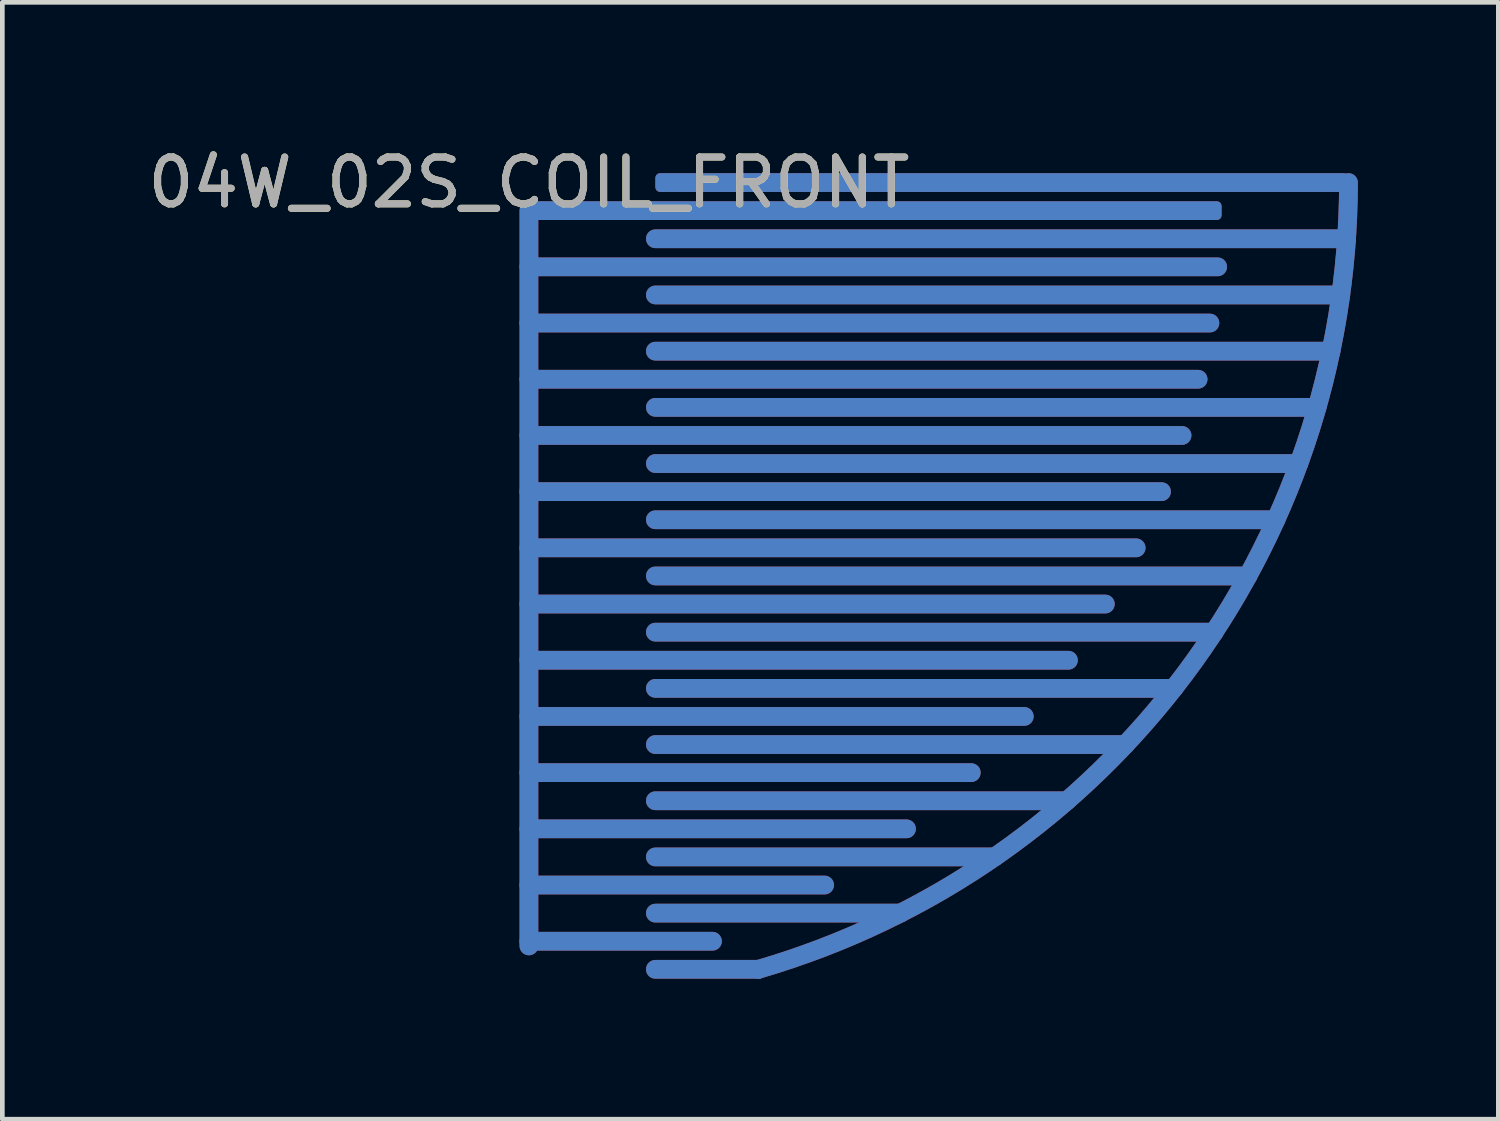
<source format=kicad_pcb>
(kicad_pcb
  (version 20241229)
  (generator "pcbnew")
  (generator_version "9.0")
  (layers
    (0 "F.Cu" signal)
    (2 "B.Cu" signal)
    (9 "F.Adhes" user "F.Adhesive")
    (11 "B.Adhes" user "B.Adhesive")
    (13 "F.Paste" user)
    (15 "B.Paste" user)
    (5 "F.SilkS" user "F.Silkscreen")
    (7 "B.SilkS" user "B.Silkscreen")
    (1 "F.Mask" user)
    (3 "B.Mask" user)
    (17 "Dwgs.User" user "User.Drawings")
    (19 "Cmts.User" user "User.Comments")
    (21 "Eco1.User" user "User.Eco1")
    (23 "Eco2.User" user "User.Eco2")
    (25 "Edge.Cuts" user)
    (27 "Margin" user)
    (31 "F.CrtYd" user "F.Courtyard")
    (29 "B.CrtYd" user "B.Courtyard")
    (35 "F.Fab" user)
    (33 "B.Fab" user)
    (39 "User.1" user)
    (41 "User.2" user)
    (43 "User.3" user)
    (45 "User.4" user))
  (footprint "04W_02S_COIL_FRONT"
    (layer "F.Cu")
    (at 8.244 0.848)
    (property "Reference" "04W_02S_COIL_FRONT" (at 0 0 0) (unlocked yes) (layer "F.SilkS") (effects (font (size 1 1) (thickness 0.15))))
    (attr smd exclude_from_pos_files exclude_from_bom allow_missing_courtyard)
    (fp_line (start 0 0.6) (end 0 16.3) (stroke (width 0.4) (type default)) (layer "F.Cu"))
    (fp_line (start 0 1.8) (end 14.707 1.8) (stroke (width 0.4) (type default)) (layer "F.Cu"))
    (fp_line (start 0 3) (end 14.541 3) (stroke (width 0.4) (type default)) (layer "F.Cu"))
    (fp_line (start 0 4.2) (end 14.289 4.2) (stroke (width 0.4) (type default)) (layer "F.Cu"))
    (fp_line (start 0 5.4) (end 13.946 5.4) (stroke (width 0.4) (type default)) (layer "F.Cu"))
    (fp_line (start 0 6.6) (end 13.508 6.6) (stroke (width 0.4) (type default)) (layer "F.Cu"))
    (fp_line (start 0 7.8) (end 12.966 7.8) (stroke (width 0.4) (type default)) (layer "F.Cu"))
    (fp_line (start 0 9) (end 12.308 9) (stroke (width 0.4) (type default)) (layer "F.Cu"))
    (fp_line (start 0 10.2) (end 11.52 10.2) (stroke (width 0.4) (type default)) (layer "F.Cu"))
    (fp_line (start 0 11.4) (end 10.577 11.4) (stroke (width 0.4) (type default)) (layer "F.Cu"))
    (fp_line (start 0 12.6) (end 9.445 12.6) (stroke (width 0.4) (type default)) (layer "F.Cu"))
    (fp_line (start 0 13.8) (end 8.062 13.8) (stroke (width 0.4) (type default)) (layer "F.Cu"))
    (fp_line (start 0 15) (end 6.314 15) (stroke (width 0.4) (type default)) (layer "F.Cu"))
    (fp_line (start 0 16.2) (end 3.919 16.2) (stroke (width 0.4) (type default)) (layer "F.Cu"))
    (fp_line (start 2.7 1.2) (end 17.459 1.2) (stroke (width 0.4) (type default)) (layer "F.Cu"))
    (fp_line (start 2.7 2.4) (end 17.335 2.4) (stroke (width 0.4) (type default)) (layer "F.Cu"))
    (fp_line (start 2.7 3.6) (end 17.126 3.6) (stroke (width 0.4) (type default)) (layer "F.Cu"))
    (fp_line (start 2.7 4.8) (end 16.829 4.8) (stroke (width 0.4) (type default)) (layer "F.Cu"))
    (fp_line (start 2.7 6) (end 16.439 6) (stroke (width 0.4) (type default)) (layer "F.Cu"))
    (fp_line (start 2.7 7.2) (end 15.95 7.2) (stroke (width 0.4) (type default)) (layer "F.Cu"))
    (fp_line (start 2.7 8.4) (end 15.352 8.4) (stroke (width 0.4) (type default)) (layer "F.Cu"))
    (fp_line (start 2.7 9.6) (end 14.632 9.6) (stroke (width 0.4) (type default)) (layer "F.Cu"))
    (fp_line (start 2.7 10.8) (end 13.77 10.8) (stroke (width 0.4) (type default)) (layer "F.Cu"))
    (fp_line (start 2.7 12) (end 12.738 12) (stroke (width 0.4) (type default)) (layer "F.Cu"))
    (fp_line (start 2.7 13.2) (end 11.49 13.2) (stroke (width 0.4) (type default)) (layer "F.Cu"))
    (fp_line (start 2.7 14.4) (end 9.944 14.4) (stroke (width 0.4) (type default)) (layer "F.Cu"))
    (fp_line (start 2.7 15.6) (end 7.93 15.6) (stroke (width 0.4) (type default)) (layer "F.Cu"))
    (fp_line (start 2.7 16.8) (end 4.9 16.8) (stroke (width 0.4) (type default)) (layer "F.Cu"))
    (fp_arc (start 17.5 0) (mid 12.374 12.374) (end 4.9 16.8) (stroke (width 0.4) (type default)) (layer "F.Cu"))
    (fp_line (start 0 0.6) (end 0 16.3) (stroke (width 0.4) (type default)) (layer "B.Cu"))
    (fp_line (start 0 1.8) (end 14.707 1.8) (stroke (width 0.4) (type default)) (layer "B.Cu"))
    (fp_line (start 0 3) (end 14.541 3) (stroke (width 0.4) (type default)) (layer "B.Cu"))
    (fp_line (start 0 4.2) (end 14.289 4.2) (stroke (width 0.4) (type default)) (layer "B.Cu"))
    (fp_line (start 0 5.4) (end 13.946 5.4) (stroke (width 0.4) (type default)) (layer "B.Cu"))
    (fp_line (start 0 6.6) (end 13.508 6.6) (stroke (width 0.4) (type default)) (layer "B.Cu"))
    (fp_line (start 0 7.8) (end 12.966 7.8) (stroke (width 0.4) (type default)) (layer "B.Cu"))
    (fp_line (start 0 9) (end 12.308 9) (stroke (width 0.4) (type default)) (layer "B.Cu"))
    (fp_line (start 0 10.2) (end 11.52 10.2) (stroke (width 0.4) (type default)) (layer "B.Cu"))
    (fp_line (start 0 11.4) (end 10.577 11.4) (stroke (width 0.4) (type default)) (layer "B.Cu"))
    (fp_line (start 0 12.6) (end 9.445 12.6) (stroke (width 0.4) (type default)) (layer "B.Cu"))
    (fp_line (start 0 13.8) (end 8.062 13.8) (stroke (width 0.4) (type default)) (layer "B.Cu"))
    (fp_line (start 0 15) (end 6.314 15) (stroke (width 0.4) (type default)) (layer "B.Cu"))
    (fp_line (start 0 16.2) (end 3.919 16.2) (stroke (width 0.4) (type default)) (layer "B.Cu"))
    (fp_line (start 2.7 1.2) (end 17.459 1.2) (stroke (width 0.4) (type default)) (layer "B.Cu"))
    (fp_line (start 2.7 2.4) (end 17.335 2.4) (stroke (width 0.4) (type default)) (layer "B.Cu"))
    (fp_line (start 2.7 3.6) (end 17.126 3.6) (stroke (width 0.4) (type default)) (layer "B.Cu"))
    (fp_line (start 2.7 4.8) (end 16.829 4.8) (stroke (width 0.4) (type default)) (layer "B.Cu"))
    (fp_line (start 2.7 6) (end 16.439 6) (stroke (width 0.4) (type default)) (layer "B.Cu"))
    (fp_line (start 2.7 7.2) (end 15.95 7.2) (stroke (width 0.4) (type default)) (layer "B.Cu"))
    (fp_line (start 2.7 8.4) (end 15.352 8.4) (stroke (width 0.4) (type default)) (layer "B.Cu"))
    (fp_line (start 2.7 9.6) (end 14.632 9.6) (stroke (width 0.4) (type default)) (layer "B.Cu"))
    (fp_line (start 2.7 10.8) (end 13.77 10.8) (stroke (width 0.4) (type default)) (layer "B.Cu"))
    (fp_line (start 2.7 12) (end 12.738 12) (stroke (width 0.4) (type default)) (layer "B.Cu"))
    (fp_line (start 2.7 13.2) (end 11.49 13.2) (stroke (width 0.4) (type default)) (layer "B.Cu"))
    (fp_line (start 2.7 14.4) (end 9.944 14.4) (stroke (width 0.4) (type default)) (layer "B.Cu"))
    (fp_line (start 2.7 15.6) (end 7.93 15.6) (stroke (width 0.4) (type default)) (layer "B.Cu"))
    (fp_line (start 2.7 16.8) (end 4.9 16.8) (stroke (width 0.4) (type default)) (layer "B.Cu"))
    (fp_arc (start 17.5 0) (mid 12.374 12.374) (end 4.9 16.8) (stroke (width 0.4) (type default)) (layer "B.Cu"))
    (fp_text user "${REFERENCE}" (at 0 0 0) (unlocked yes) (layer "F.Fab") (effects (font (size 1 1) (thickness 0.15))))
    (pad "1" smd roundrect (at 7.395 0.6) (size 14.79 0.4) (layers "F.Cu") (roundrect_rratio 0.25))
    (pad "1" smd roundrect (at 7.395 0.6) (size 14.79 0.4) (layers "B.Cu") (roundrect_rratio 0.25))
    (pad "2" smd roundrect (at 10.1 0) (size 14.8 0.4) (layers "F.Cu") (roundrect_rratio 0.25))
    (pad "2" smd roundrect (at 10.1 0) (size 14.8 0.4) (layers "B.Cu") (roundrect_rratio 0.25)))
  (gr_rect
    (start -3 -3)
    (end 28.944 20.848)
    (stroke (width 0.1) (type default))
    (fill no)
    (layer "Edge.Cuts")))
</source>
